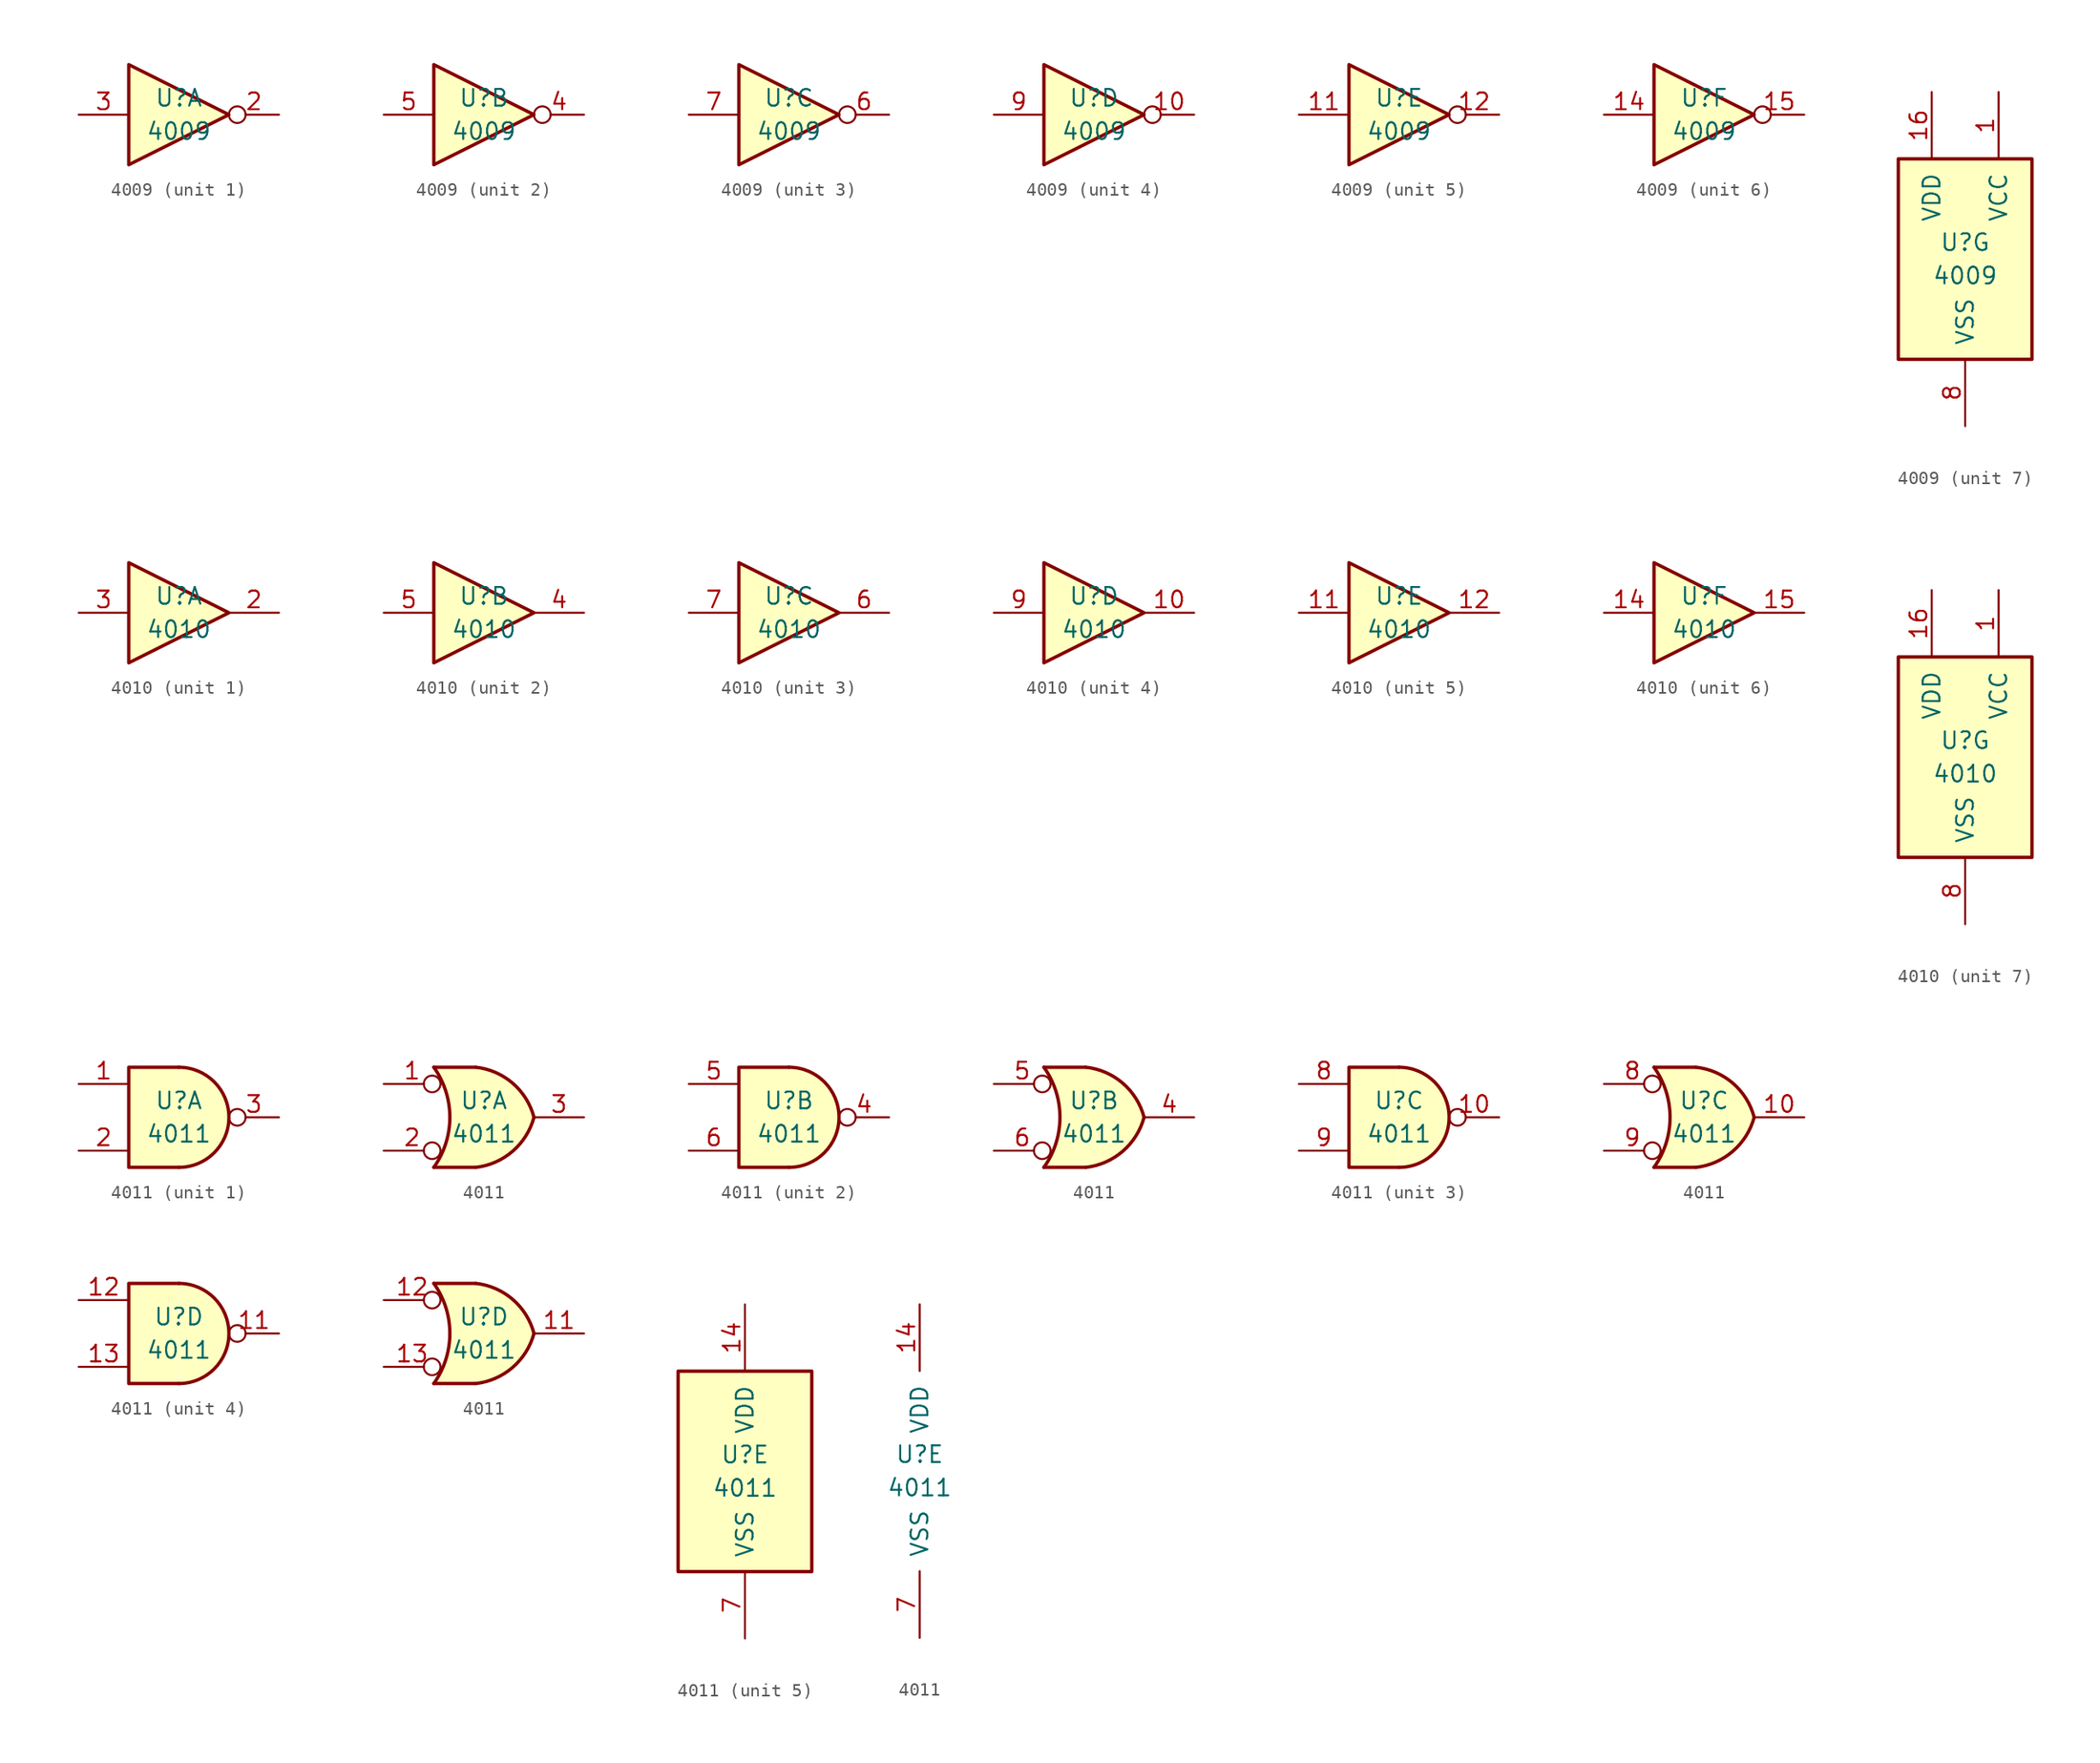
<source format=kicad_sym>
(kicad_symbol_lib
  (version 20211014)
  (generator kicad_symbol_editor)
  (symbol "4009"
    (pin_names
      (offset 1.016))
    (property "Reference" "U"
      (at 0 1.27 0)
      (effects (font (size 1.27 1.27))))
    (property "Value" "4009"
      (at 0 -1.27 0)
      (effects (font (size 1.27 1.27))))
    (property "ki_locked" ""
      (at 0 0 0)
      (effects (font (size 1.27 1.27))))
    (symbol "4009_1_0"
      (polyline (pts (xy -3.81 3.81) (xy -3.81 -3.81) (xy 3.81 0) (xy -3.81 3.81)) (stroke (width 0.254) (type default) (color 0 0 0 0)) (fill (type background)))
      (pin output inverted (at 7.62 0 180) (length 3.81) (name "~" (effects (font (size 1.27 1.27)))) (number "2" (effects (font (size 1.27 1.27)))))
      (pin input line (at -7.62 0 0) (length 3.81) (name "~" (effects (font (size 1.27 1.27)))) (number "3" (effects (font (size 1.27 1.27))))))
    (symbol "4009_2_0"
      (polyline (pts (xy -3.81 3.81) (xy -3.81 -3.81) (xy 3.81 0) (xy -3.81 3.81)) (stroke (width 0.254) (type default) (color 0 0 0 0)) (fill (type background)))
      (pin output inverted (at 7.62 0 180) (length 3.81) (name "~" (effects (font (size 1.27 1.27)))) (number "4" (effects (font (size 1.27 1.27)))))
      (pin input line (at -7.62 0 0) (length 3.81) (name "~" (effects (font (size 1.27 1.27)))) (number "5" (effects (font (size 1.27 1.27))))))
    (symbol "4009_3_0"
      (polyline (pts (xy -3.81 3.81) (xy -3.81 -3.81) (xy 3.81 0) (xy -3.81 3.81)) (stroke (width 0.254) (type default) (color 0 0 0 0)) (fill (type background)))
      (pin output inverted (at 7.62 0 180) (length 3.81) (name "~" (effects (font (size 1.27 1.27)))) (number "6" (effects (font (size 1.27 1.27)))))
      (pin input line (at -7.62 0 0) (length 3.81) (name "~" (effects (font (size 1.27 1.27)))) (number "7" (effects (font (size 1.27 1.27))))))
    (symbol "4009_4_0"
      (polyline (pts (xy -3.81 3.81) (xy -3.81 -3.81) (xy 3.81 0) (xy -3.81 3.81)) (stroke (width 0.254) (type default) (color 0 0 0 0)) (fill (type background)))
      (pin output inverted (at 7.62 0 180) (length 3.81) (name "~" (effects (font (size 1.27 1.27)))) (number "10" (effects (font (size 1.27 1.27)))))
      (pin input line (at -7.62 0 0) (length 3.81) (name "~" (effects (font (size 1.27 1.27)))) (number "9" (effects (font (size 1.27 1.27))))))
    (symbol "4009_5_0"
      (polyline (pts (xy -3.81 3.81) (xy -3.81 -3.81) (xy 3.81 0) (xy -3.81 3.81)) (stroke (width 0.254) (type default) (color 0 0 0 0)) (fill (type background)))
      (pin input line (at -7.62 0 0) (length 3.81) (name "~" (effects (font (size 1.27 1.27)))) (number "11" (effects (font (size 1.27 1.27)))))
      (pin output inverted (at 7.62 0 180) (length 3.81) (name "~" (effects (font (size 1.27 1.27)))) (number "12" (effects (font (size 1.27 1.27))))))
    (symbol "4009_6_0"
      (polyline (pts (xy -3.81 3.81) (xy -3.81 -3.81) (xy 3.81 0) (xy -3.81 3.81)) (stroke (width 0.254) (type default) (color 0 0 0 0)) (fill (type background)))
      (pin input line (at -7.62 0 0) (length 3.81) (name "~" (effects (font (size 1.27 1.27)))) (number "14" (effects (font (size 1.27 1.27)))))
      (pin output inverted (at 7.62 0 180) (length 3.81) (name "~" (effects (font (size 1.27 1.27)))) (number "15" (effects (font (size 1.27 1.27))))))
    (symbol "4009_7_0"
      (pin power_in line (at 2.54 12.7 270) (length 5.08) (name "VCC" (effects (font (size 1.27 1.27)))) (number "1" (effects (font (size 1.27 1.27)))))
      (pin power_in line (at -2.54 12.7 270) (length 5.08) (name "VDD" (effects (font (size 1.27 1.27)))) (number "16" (effects (font (size 1.27 1.27)))))
      (pin power_in line (at 0 -12.7 90) (length 5.08) (name "VSS" (effects (font (size 1.27 1.27)))) (number "8" (effects (font (size 1.27 1.27))))))
    (symbol "4009_7_1"
      (rectangle (start -5.08 7.62) (end 5.08 -7.62) (stroke (width 0.254) (type default) (color 0 0 0 0)) (fill (type background)))))
  (symbol "4010"
    (pin_names
      (offset 1.016))
    (property "Reference" "U"
      (at 0 1.27 0)
      (effects (font (size 1.27 1.27))))
    (property "Value" "4010"
      (at 0 -1.27 0)
      (effects (font (size 1.27 1.27))))
    (property "ki_locked" ""
      (at 0 0 0)
      (effects (font (size 1.27 1.27))))
    (symbol "4010_1_0"
      (polyline (pts (xy -3.81 3.81) (xy -3.81 -3.81) (xy 3.81 0) (xy -3.81 3.81)) (stroke (width 0.254) (type default) (color 0 0 0 0)) (fill (type background)))
      (pin output line (at 7.62 0 180) (length 3.81) (name "~" (effects (font (size 1.27 1.27)))) (number "2" (effects (font (size 1.27 1.27)))))
      (pin input line (at -7.62 0 0) (length 3.81) (name "~" (effects (font (size 1.27 1.27)))) (number "3" (effects (font (size 1.27 1.27))))))
    (symbol "4010_2_0"
      (polyline (pts (xy -3.81 3.81) (xy -3.81 -3.81) (xy 3.81 0) (xy -3.81 3.81)) (stroke (width 0.254) (type default) (color 0 0 0 0)) (fill (type background)))
      (pin output line (at 7.62 0 180) (length 3.81) (name "~" (effects (font (size 1.27 1.27)))) (number "4" (effects (font (size 1.27 1.27)))))
      (pin input line (at -7.62 0 0) (length 3.81) (name "~" (effects (font (size 1.27 1.27)))) (number "5" (effects (font (size 1.27 1.27))))))
    (symbol "4010_3_0"
      (polyline (pts (xy -3.81 3.81) (xy -3.81 -3.81) (xy 3.81 0) (xy -3.81 3.81)) (stroke (width 0.254) (type default) (color 0 0 0 0)) (fill (type background)))
      (pin output line (at 7.62 0 180) (length 3.81) (name "~" (effects (font (size 1.27 1.27)))) (number "6" (effects (font (size 1.27 1.27)))))
      (pin input line (at -7.62 0 0) (length 3.81) (name "~" (effects (font (size 1.27 1.27)))) (number "7" (effects (font (size 1.27 1.27))))))
    (symbol "4010_4_0"
      (polyline (pts (xy -3.81 3.81) (xy -3.81 -3.81) (xy 3.81 0) (xy -3.81 3.81)) (stroke (width 0.254) (type default) (color 0 0 0 0)) (fill (type background)))
      (pin output line (at 7.62 0 180) (length 3.81) (name "~" (effects (font (size 1.27 1.27)))) (number "10" (effects (font (size 1.27 1.27)))))
      (pin input line (at -7.62 0 0) (length 3.81) (name "~" (effects (font (size 1.27 1.27)))) (number "9" (effects (font (size 1.27 1.27))))))
    (symbol "4010_5_0"
      (polyline (pts (xy -3.81 3.81) (xy -3.81 -3.81) (xy 3.81 0) (xy -3.81 3.81)) (stroke (width 0.254) (type default) (color 0 0 0 0)) (fill (type background)))
      (pin input line (at -7.62 0 0) (length 3.81) (name "~" (effects (font (size 1.27 1.27)))) (number "11" (effects (font (size 1.27 1.27)))))
      (pin output line (at 7.62 0 180) (length 3.81) (name "~" (effects (font (size 1.27 1.27)))) (number "12" (effects (font (size 1.27 1.27))))))
    (symbol "4010_6_0"
      (polyline (pts (xy -3.81 3.81) (xy -3.81 -3.81) (xy 3.81 0) (xy -3.81 3.81)) (stroke (width 0.254) (type default) (color 0 0 0 0)) (fill (type background)))
      (pin input line (at -7.62 0 0) (length 3.81) (name "~" (effects (font (size 1.27 1.27)))) (number "14" (effects (font (size 1.27 1.27)))))
      (pin output line (at 7.62 0 180) (length 3.81) (name "~" (effects (font (size 1.27 1.27)))) (number "15" (effects (font (size 1.27 1.27))))))
    (symbol "4010_7_0"
      (pin power_in line (at 2.54 12.7 270) (length 5.08) (name "VCC" (effects (font (size 1.27 1.27)))) (number "1" (effects (font (size 1.27 1.27)))))
      (pin power_in line (at -2.54 12.7 270) (length 5.08) (name "VDD" (effects (font (size 1.27 1.27)))) (number "16" (effects (font (size 1.27 1.27)))))
      (pin power_in line (at 0 -12.7 90) (length 5.08) (name "VSS" (effects (font (size 1.27 1.27)))) (number "8" (effects (font (size 1.27 1.27))))))
    (symbol "4010_7_1"
      (rectangle (start -5.08 7.62) (end 5.08 -7.62) (stroke (width 0.254) (type default) (color 0 0 0 0)) (fill (type background)))))
  (symbol "4011"
    (pin_names
      (offset 1.016))
    (property "Reference" "U"
      (at 0 1.27 0)
      (effects (font (size 1.27 1.27))))
    (property "Value" "4011"
      (at 0 -1.27 0)
      (effects (font (size 1.27 1.27))))
    (property "ki_locked" ""
      (at 0 0 0)
      (effects (font (size 1.27 1.27))))
    (symbol "4011_1_1"
      (arc (start 0 -3.81) (mid 3.81 0) (end 0 3.81) (stroke (width 0.254) (type default) (color 0 0 0 0)) (fill (type background)))
      (polyline (pts (xy 0 3.81) (xy -3.81 3.81) (xy -3.81 -3.81) (xy 0 -3.81)) (stroke (width 0.254) (type default) (color 0 0 0 0)) (fill (type background)))
      (pin input line (at -7.62 2.54 0) (length 3.81) (name "~" (effects (font (size 1.27 1.27)))) (number "1" (effects (font (size 1.27 1.27)))))
      (pin input line (at -7.62 -2.54 0) (length 3.81) (name "~" (effects (font (size 1.27 1.27)))) (number "2" (effects (font (size 1.27 1.27)))))
      (pin output inverted (at 7.62 0 180) (length 3.81) (name "~" (effects (font (size 1.27 1.27)))) (number "3" (effects (font (size 1.27 1.27))))))
    (symbol "4011_1_2"
      (arc (start -3.81 -3.81) (mid -2.589 0) (end -3.81 3.81) (stroke (width 0.254) (type default) (color 0 0 0 0)) (fill (type none)))
      (arc (start -0.6096 -3.81) (mid 2.1842 -2.5851) (end 3.81 0) (stroke (width 0.254) (type default) (color 0 0 0 0)) (fill (type background)))
      (polyline (pts (xy -3.81 -3.81) (xy -0.635 -3.81)) (stroke (width 0.254) (type default) (color 0 0 0 0)) (fill (type background)))
      (polyline (pts (xy -3.81 3.81) (xy -0.635 3.81)) (stroke (width 0.254) (type default) (color 0 0 0 0)) (fill (type background)))
      (polyline (pts (xy -0.635 3.81) (xy -3.81 3.81) (xy -3.81 3.81) (xy -3.556 3.404) (xy -3.023 2.261) (xy -2.692 1.041) (xy -2.616 -0.254) (xy -2.769 -1.499) (xy -3.175 -2.718) (xy -3.81 -3.81) (xy -3.81 -3.81) (xy -0.635 -3.81)) (stroke (width -25.4) (type default) (color 0 0 0 0)) (fill (type background)))
      (arc (start 3.81 0) (mid 2.1915 2.5936) (end -0.6096 3.81) (stroke (width 0.254) (type default) (color 0 0 0 0)) (fill (type background)))
      (pin input inverted (at -7.62 2.54 0) (length 4.318) (name "~" (effects (font (size 1.27 1.27)))) (number "1" (effects (font (size 1.27 1.27)))))
      (pin input inverted (at -7.62 -2.54 0) (length 4.318) (name "~" (effects (font (size 1.27 1.27)))) (number "2" (effects (font (size 1.27 1.27)))))
      (pin output line (at 7.62 0 180) (length 3.81) (name "~" (effects (font (size 1.27 1.27)))) (number "3" (effects (font (size 1.27 1.27))))))
    (symbol "4011_2_1"
      (arc (start 0 -3.81) (mid 3.81 0) (end 0 3.81) (stroke (width 0.254) (type default) (color 0 0 0 0)) (fill (type background)))
      (polyline (pts (xy 0 3.81) (xy -3.81 3.81) (xy -3.81 -3.81) (xy 0 -3.81)) (stroke (width 0.254) (type default) (color 0 0 0 0)) (fill (type background)))
      (pin output inverted (at 7.62 0 180) (length 3.81) (name "~" (effects (font (size 1.27 1.27)))) (number "4" (effects (font (size 1.27 1.27)))))
      (pin input line (at -7.62 2.54 0) (length 3.81) (name "~" (effects (font (size 1.27 1.27)))) (number "5" (effects (font (size 1.27 1.27)))))
      (pin input line (at -7.62 -2.54 0) (length 3.81) (name "~" (effects (font (size 1.27 1.27)))) (number "6" (effects (font (size 1.27 1.27))))))
    (symbol "4011_2_2"
      (arc (start -3.81 -3.81) (mid -2.589 0) (end -3.81 3.81) (stroke (width 0.254) (type default) (color 0 0 0 0)) (fill (type none)))
      (arc (start -0.6096 -3.81) (mid 2.1842 -2.5851) (end 3.81 0) (stroke (width 0.254) (type default) (color 0 0 0 0)) (fill (type background)))
      (polyline (pts (xy -3.81 -3.81) (xy -0.635 -3.81)) (stroke (width 0.254) (type default) (color 0 0 0 0)) (fill (type background)))
      (polyline (pts (xy -3.81 3.81) (xy -0.635 3.81)) (stroke (width 0.254) (type default) (color 0 0 0 0)) (fill (type background)))
      (polyline (pts (xy -0.635 3.81) (xy -3.81 3.81) (xy -3.81 3.81) (xy -3.556 3.404) (xy -3.023 2.261) (xy -2.692 1.041) (xy -2.616 -0.254) (xy -2.769 -1.499) (xy -3.175 -2.718) (xy -3.81 -3.81) (xy -3.81 -3.81) (xy -0.635 -3.81)) (stroke (width -25.4) (type default) (color 0 0 0 0)) (fill (type background)))
      (arc (start 3.81 0) (mid 2.1915 2.5936) (end -0.6096 3.81) (stroke (width 0.254) (type default) (color 0 0 0 0)) (fill (type background)))
      (pin output line (at 7.62 0 180) (length 3.81) (name "~" (effects (font (size 1.27 1.27)))) (number "4" (effects (font (size 1.27 1.27)))))
      (pin input inverted (at -7.62 2.54 0) (length 4.318) (name "~" (effects (font (size 1.27 1.27)))) (number "5" (effects (font (size 1.27 1.27)))))
      (pin input inverted (at -7.62 -2.54 0) (length 4.318) (name "~" (effects (font (size 1.27 1.27)))) (number "6" (effects (font (size 1.27 1.27))))))
    (symbol "4011_3_1"
      (arc (start 0 -3.81) (mid 3.81 0) (end 0 3.81) (stroke (width 0.254) (type default) (color 0 0 0 0)) (fill (type background)))
      (polyline (pts (xy 0 3.81) (xy -3.81 3.81) (xy -3.81 -3.81) (xy 0 -3.81)) (stroke (width 0.254) (type default) (color 0 0 0 0)) (fill (type background)))
      (pin output inverted (at 7.62 0 180) (length 3.81) (name "~" (effects (font (size 1.27 1.27)))) (number "10" (effects (font (size 1.27 1.27)))))
      (pin input line (at -7.62 2.54 0) (length 3.81) (name "~" (effects (font (size 1.27 1.27)))) (number "8" (effects (font (size 1.27 1.27)))))
      (pin input line (at -7.62 -2.54 0) (length 3.81) (name "~" (effects (font (size 1.27 1.27)))) (number "9" (effects (font (size 1.27 1.27))))))
    (symbol "4011_3_2"
      (arc (start -3.81 -3.81) (mid -2.589 0) (end -3.81 3.81) (stroke (width 0.254) (type default) (color 0 0 0 0)) (fill (type none)))
      (arc (start -0.6096 -3.81) (mid 2.1842 -2.5851) (end 3.81 0) (stroke (width 0.254) (type default) (color 0 0 0 0)) (fill (type background)))
      (polyline (pts (xy -3.81 -3.81) (xy -0.635 -3.81)) (stroke (width 0.254) (type default) (color 0 0 0 0)) (fill (type background)))
      (polyline (pts (xy -3.81 3.81) (xy -0.635 3.81)) (stroke (width 0.254) (type default) (color 0 0 0 0)) (fill (type background)))
      (polyline (pts (xy -0.635 3.81) (xy -3.81 3.81) (xy -3.81 3.81) (xy -3.556 3.404) (xy -3.023 2.261) (xy -2.692 1.041) (xy -2.616 -0.254) (xy -2.769 -1.499) (xy -3.175 -2.718) (xy -3.81 -3.81) (xy -3.81 -3.81) (xy -0.635 -3.81)) (stroke (width -25.4) (type default) (color 0 0 0 0)) (fill (type background)))
      (arc (start 3.81 0) (mid 2.1915 2.5936) (end -0.6096 3.81) (stroke (width 0.254) (type default) (color 0 0 0 0)) (fill (type background)))
      (pin output line (at 7.62 0 180) (length 3.81) (name "~" (effects (font (size 1.27 1.27)))) (number "10" (effects (font (size 1.27 1.27)))))
      (pin input inverted (at -7.62 2.54 0) (length 4.318) (name "~" (effects (font (size 1.27 1.27)))) (number "8" (effects (font (size 1.27 1.27)))))
      (pin input inverted (at -7.62 -2.54 0) (length 4.318) (name "~" (effects (font (size 1.27 1.27)))) (number "9" (effects (font (size 1.27 1.27))))))
    (symbol "4011_4_1"
      (arc (start 0 -3.81) (mid 3.81 0) (end 0 3.81) (stroke (width 0.254) (type default) (color 0 0 0 0)) (fill (type background)))
      (polyline (pts (xy 0 3.81) (xy -3.81 3.81) (xy -3.81 -3.81) (xy 0 -3.81)) (stroke (width 0.254) (type default) (color 0 0 0 0)) (fill (type background)))
      (pin output inverted (at 7.62 0 180) (length 3.81) (name "~" (effects (font (size 1.27 1.27)))) (number "11" (effects (font (size 1.27 1.27)))))
      (pin input line (at -7.62 2.54 0) (length 3.81) (name "~" (effects (font (size 1.27 1.27)))) (number "12" (effects (font (size 1.27 1.27)))))
      (pin input line (at -7.62 -2.54 0) (length 3.81) (name "~" (effects (font (size 1.27 1.27)))) (number "13" (effects (font (size 1.27 1.27))))))
    (symbol "4011_4_2"
      (arc (start -3.81 -3.81) (mid -2.589 0) (end -3.81 3.81) (stroke (width 0.254) (type default) (color 0 0 0 0)) (fill (type none)))
      (arc (start -0.6096 -3.81) (mid 2.1842 -2.5851) (end 3.81 0) (stroke (width 0.254) (type default) (color 0 0 0 0)) (fill (type background)))
      (polyline (pts (xy -3.81 -3.81) (xy -0.635 -3.81)) (stroke (width 0.254) (type default) (color 0 0 0 0)) (fill (type background)))
      (polyline (pts (xy -3.81 3.81) (xy -0.635 3.81)) (stroke (width 0.254) (type default) (color 0 0 0 0)) (fill (type background)))
      (polyline (pts (xy -0.635 3.81) (xy -3.81 3.81) (xy -3.81 3.81) (xy -3.556 3.404) (xy -3.023 2.261) (xy -2.692 1.041) (xy -2.616 -0.254) (xy -2.769 -1.499) (xy -3.175 -2.718) (xy -3.81 -3.81) (xy -3.81 -3.81) (xy -0.635 -3.81)) (stroke (width -25.4) (type default) (color 0 0 0 0)) (fill (type background)))
      (arc (start 3.81 0) (mid 2.1915 2.5936) (end -0.6096 3.81) (stroke (width 0.254) (type default) (color 0 0 0 0)) (fill (type background)))
      (pin output line (at 7.62 0 180) (length 3.81) (name "~" (effects (font (size 1.27 1.27)))) (number "11" (effects (font (size 1.27 1.27)))))
      (pin input inverted (at -7.62 2.54 0) (length 4.318) (name "~" (effects (font (size 1.27 1.27)))) (number "12" (effects (font (size 1.27 1.27)))))
      (pin input inverted (at -7.62 -2.54 0) (length 4.318) (name "~" (effects (font (size 1.27 1.27)))) (number "13" (effects (font (size 1.27 1.27))))))
    (symbol "4011_5_0"
      (pin power_in line (at 0 12.7 270) (length 5.08) (name "VDD" (effects (font (size 1.27 1.27)))) (number "14" (effects (font (size 1.27 1.27)))))
      (pin power_in line (at 0 -12.7 90) (length 5.08) (name "VSS" (effects (font (size 1.27 1.27)))) (number "7" (effects (font (size 1.27 1.27))))))
    (symbol "4011_5_1"
      (rectangle (start -5.08 7.62) (end 5.08 -7.62) (stroke (width 0.254) (type default) (color 0 0 0 0)) (fill (type background))))))
</source>
